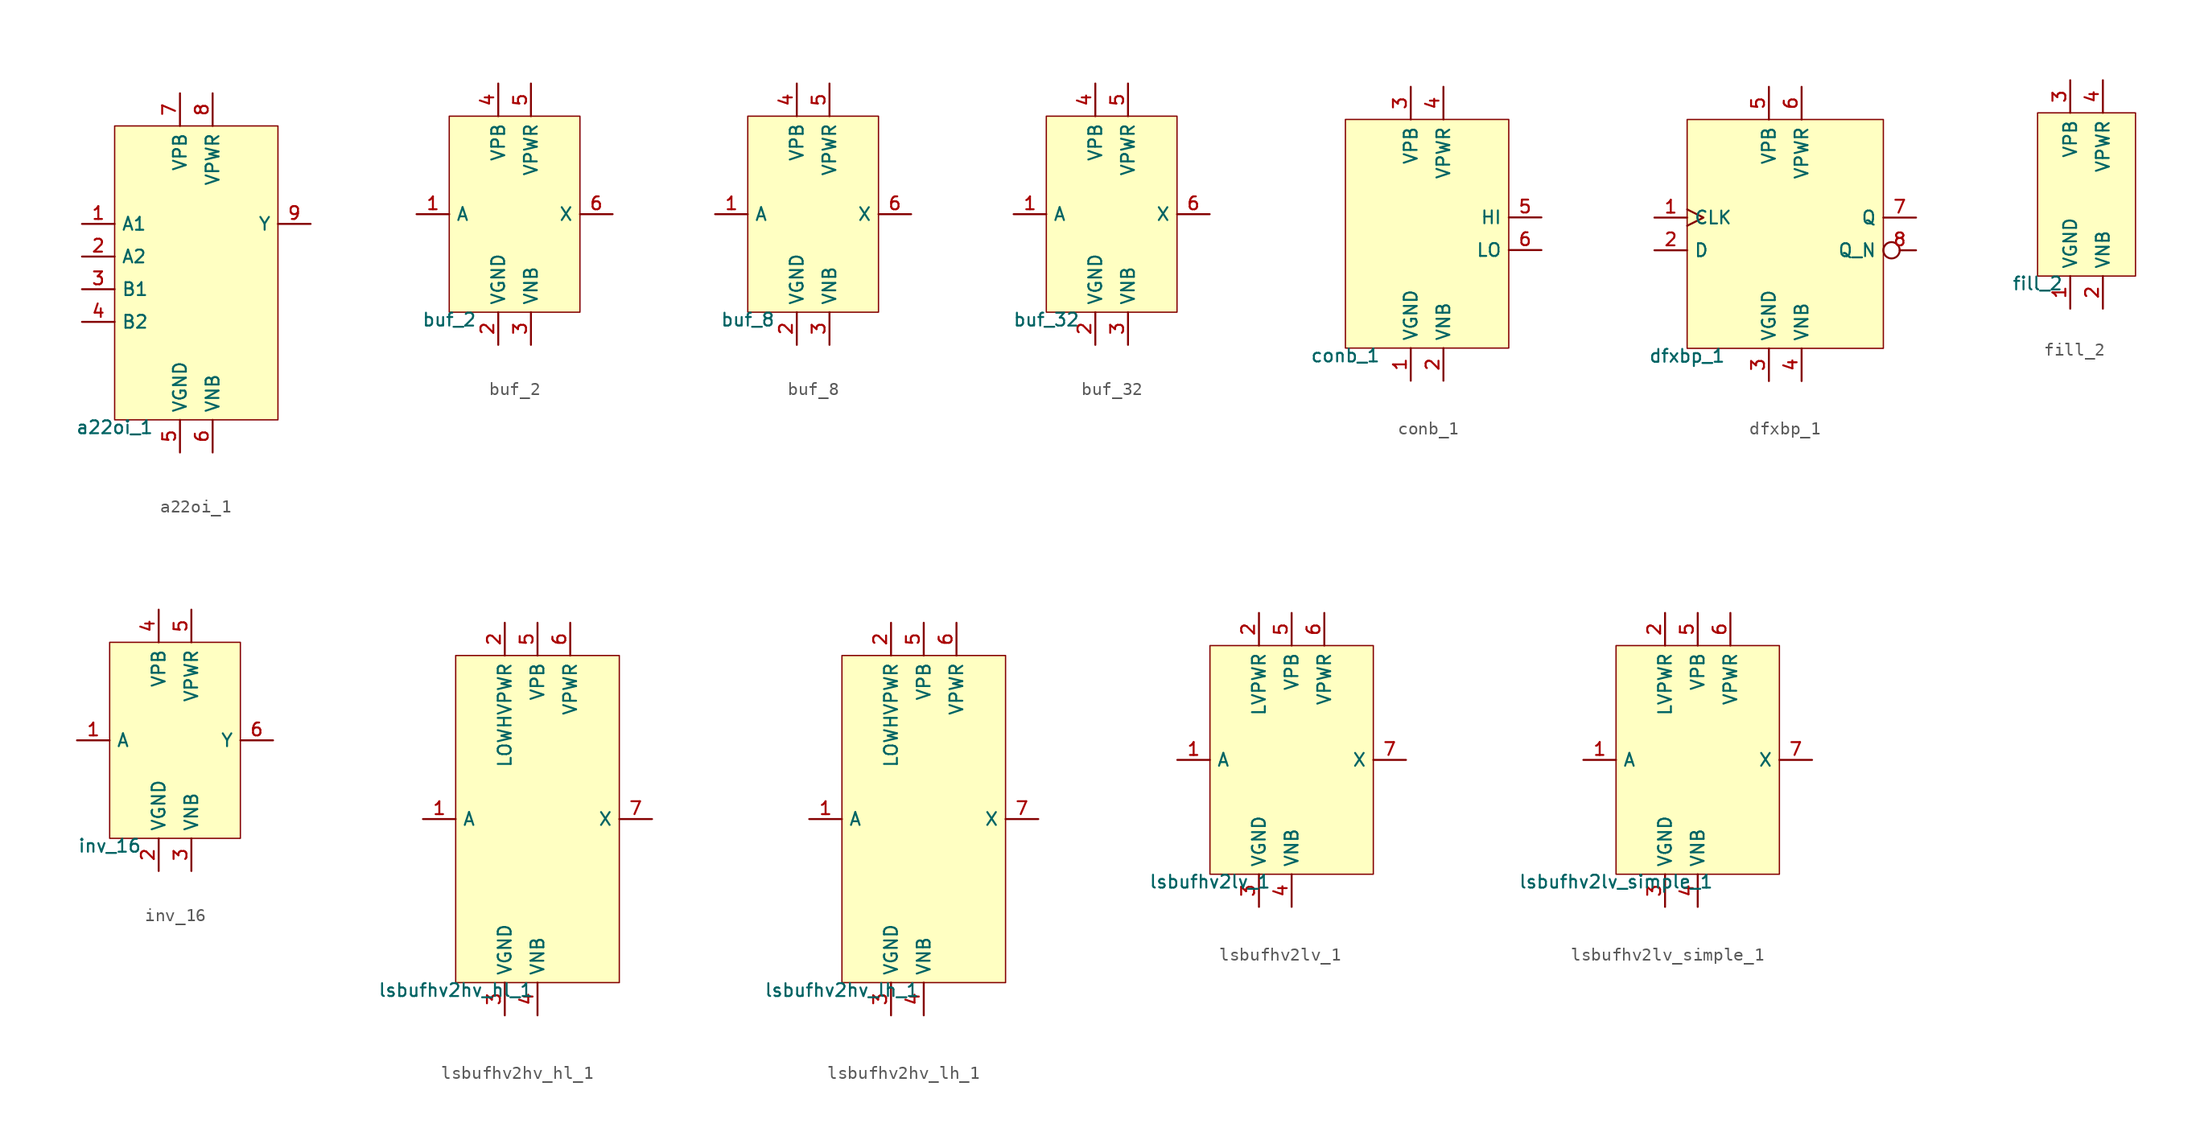
<source format=kicad_sym>
(kicad_symbol_lib
  (version 20211014)
  (generator pdk2kicad)
  (symbol "a22oi_1"
    (property "Reference" "X"
      (at 0 0 0)
      (effects (font (size 1 1)) hide))
    (property "Value" "a22oi_1"
      (at -6.35 -11.43 0)
      (effects (font (size 1 1)) (justify top)))
    (rectangle
      (start -6.35 -11.43)
      (end 6.35 11.43)
      (stroke (width 0.1) (type solid) (color 0 0 0 0))
      (fill (type background)))
    (pin input line
      (at -8.89 3.81 0)
      (length 2.54)
      (name "A1" (effects (font (size 1 1)) hide))
      (number "1" (effects (font (size 1 1)) hide)))
    (pin input line
      (at -8.89 1.27 0)
      (length 2.54)
      (name "A2" (effects (font (size 1 1)) hide))
      (number "2" (effects (font (size 1 1)) hide)))
    (pin input line
      (at -8.89 -1.27 0)
      (length 2.54)
      (name "B1" (effects (font (size 1 1)) hide))
      (number "3" (effects (font (size 1 1)) hide)))
    (pin input line
      (at -8.89 -3.81 0)
      (length 2.54)
      (name "B2" (effects (font (size 1 1)) hide))
      (number "4" (effects (font (size 1 1)) hide)))
    (pin power_in line
      (at -1.27 -13.97 90)
      (length 2.54)
      (name "VGND" (effects (font (size 1 1)) hide))
      (number "5" (effects (font (size 1 1)) hide)))
    (pin power_in line
      (at 1.27 -13.97 90)
      (length 2.54)
      (name "VNB" (effects (font (size 1 1)) hide))
      (number "6" (effects (font (size 1 1)) hide)))
    (pin power_in line
      (at -1.27 13.97 270)
      (length 2.54)
      (name "VPB" (effects (font (size 1 1)) hide))
      (number "7" (effects (font (size 1 1)) hide)))
    (pin power_in line
      (at 1.27 13.97 270)
      (length 2.54)
      (name "VPWR" (effects (font (size 1 1)) hide))
      (number "8" (effects (font (size 1 1)) hide)))
    (pin output line
      (at 8.89 3.81 180)
      (length 2.54)
      (name "Y" (effects (font (size 1 1)) hide))
      (number "9" (effects (font (size 1 1)) hide))))
  (symbol "buf_2"
    (property "Reference" "X"
      (at 0 0 0)
      (effects (font (size 1 1)) hide))
    (property "Value" "buf_2"
      (at -5.08 -7.62 0)
      (effects (font (size 1 1)) (justify top)))
    (rectangle
      (start -5.08 -7.62)
      (end 5.08 7.62)
      (stroke (width 0.1) (type solid) (color 0 0 0 0))
      (fill (type background)))
    (pin input line
      (at -7.62 0.0 0)
      (length 2.54)
      (name "A" (effects (font (size 1 1)) hide))
      (number "1" (effects (font (size 1 1)) hide)))
    (pin power_in line
      (at -1.27 -10.16 90)
      (length 2.54)
      (name "VGND" (effects (font (size 1 1)) hide))
      (number "2" (effects (font (size 1 1)) hide)))
    (pin power_in line
      (at 1.27 -10.16 90)
      (length 2.54)
      (name "VNB" (effects (font (size 1 1)) hide))
      (number "3" (effects (font (size 1 1)) hide)))
    (pin power_in line
      (at -1.27 10.16 270)
      (length 2.54)
      (name "VPB" (effects (font (size 1 1)) hide))
      (number "4" (effects (font (size 1 1)) hide)))
    (pin power_in line
      (at 1.27 10.16 270)
      (length 2.54)
      (name "VPWR" (effects (font (size 1 1)) hide))
      (number "5" (effects (font (size 1 1)) hide)))
    (pin output line
      (at 7.62 0.0 180)
      (length 2.54)
      (name "X" (effects (font (size 1 1)) hide))
      (number "6" (effects (font (size 1 1)) hide))))
  (symbol "buf_8"
    (property "Reference" "X"
      (at 0 0 0)
      (effects (font (size 1 1)) hide))
    (property "Value" "buf_8"
      (at -5.08 -7.62 0)
      (effects (font (size 1 1)) (justify top)))
    (rectangle
      (start -5.08 -7.62)
      (end 5.08 7.62)
      (stroke (width 0.1) (type solid) (color 0 0 0 0))
      (fill (type background)))
    (pin input line
      (at -7.62 0.0 0)
      (length 2.54)
      (name "A" (effects (font (size 1 1)) hide))
      (number "1" (effects (font (size 1 1)) hide)))
    (pin power_in line
      (at -1.27 -10.16 90)
      (length 2.54)
      (name "VGND" (effects (font (size 1 1)) hide))
      (number "2" (effects (font (size 1 1)) hide)))
    (pin power_in line
      (at 1.27 -10.16 90)
      (length 2.54)
      (name "VNB" (effects (font (size 1 1)) hide))
      (number "3" (effects (font (size 1 1)) hide)))
    (pin power_in line
      (at -1.27 10.16 270)
      (length 2.54)
      (name "VPB" (effects (font (size 1 1)) hide))
      (number "4" (effects (font (size 1 1)) hide)))
    (pin power_in line
      (at 1.27 10.16 270)
      (length 2.54)
      (name "VPWR" (effects (font (size 1 1)) hide))
      (number "5" (effects (font (size 1 1)) hide)))
    (pin output line
      (at 7.62 0.0 180)
      (length 2.54)
      (name "X" (effects (font (size 1 1)) hide))
      (number "6" (effects (font (size 1 1)) hide))))
  (symbol "buf_32"
    (property "Reference" "X"
      (at 0 0 0)
      (effects (font (size 1 1)) hide))
    (property "Value" "buf_32"
      (at -5.08 -7.62 0)
      (effects (font (size 1 1)) (justify top)))
    (rectangle
      (start -5.08 -7.62)
      (end 5.08 7.62)
      (stroke (width 0.1) (type solid) (color 0 0 0 0))
      (fill (type background)))
    (pin input line
      (at -7.62 0.0 0)
      (length 2.54)
      (name "A" (effects (font (size 1 1)) hide))
      (number "1" (effects (font (size 1 1)) hide)))
    (pin power_in line
      (at -1.27 -10.16 90)
      (length 2.54)
      (name "VGND" (effects (font (size 1 1)) hide))
      (number "2" (effects (font (size 1 1)) hide)))
    (pin power_in line
      (at 1.27 -10.16 90)
      (length 2.54)
      (name "VNB" (effects (font (size 1 1)) hide))
      (number "3" (effects (font (size 1 1)) hide)))
    (pin power_in line
      (at -1.27 10.16 270)
      (length 2.54)
      (name "VPB" (effects (font (size 1 1)) hide))
      (number "4" (effects (font (size 1 1)) hide)))
    (pin power_in line
      (at 1.27 10.16 270)
      (length 2.54)
      (name "VPWR" (effects (font (size 1 1)) hide))
      (number "5" (effects (font (size 1 1)) hide)))
    (pin output line
      (at 7.62 0.0 180)
      (length 2.54)
      (name "X" (effects (font (size 1 1)) hide))
      (number "6" (effects (font (size 1 1)) hide))))
  (symbol "conb_1"
    (property "Reference" "X"
      (at 0 0 0)
      (effects (font (size 1 1)) hide))
    (property "Value" "conb_1"
      (at -6.35 -8.89 0)
      (effects (font (size 1 1)) (justify top)))
    (rectangle
      (start -6.35 -8.89)
      (end 6.35 8.89)
      (stroke (width 0.1) (type solid) (color 0 0 0 0))
      (fill (type background)))
    (pin power_in line
      (at -1.27 -11.43 90)
      (length 2.54)
      (name "VGND" (effects (font (size 1 1)) hide))
      (number "1" (effects (font (size 1 1)) hide)))
    (pin power_in line
      (at 1.27 -11.43 90)
      (length 2.54)
      (name "VNB" (effects (font (size 1 1)) hide))
      (number "2" (effects (font (size 1 1)) hide)))
    (pin power_in line
      (at -1.27 11.43 270)
      (length 2.54)
      (name "VPB" (effects (font (size 1 1)) hide))
      (number "3" (effects (font (size 1 1)) hide)))
    (pin power_in line
      (at 1.27 11.43 270)
      (length 2.54)
      (name "VPWR" (effects (font (size 1 1)) hide))
      (number "4" (effects (font (size 1 1)) hide)))
    (pin output line
      (at 8.89 1.27 180)
      (length 2.54)
      (name "HI" (effects (font (size 1 1)) hide))
      (number "5" (effects (font (size 1 1)) hide)))
    (pin output line
      (at 8.89 -1.27 180)
      (length 2.54)
      (name "LO" (effects (font (size 1 1)) hide))
      (number "6" (effects (font (size 1 1)) hide))))
  (symbol "dfxbp_1"
    (property "Reference" "X"
      (at 0 0 0)
      (effects (font (size 1 1)) hide))
    (property "Value" "dfxbp_1"
      (at -7.62 -8.89 0)
      (effects (font (size 1 1)) (justify top)))
    (rectangle
      (start -7.62 -8.89)
      (end 7.62 8.89)
      (stroke (width 0.1) (type solid) (color 0 0 0 0))
      (fill (type background)))
    (pin input clock
      (at -10.16 1.27 0)
      (length 2.54)
      (name "CLK" (effects (font (size 1 1)) hide))
      (number "1" (effects (font (size 1 1)) hide)))
    (pin input line
      (at -10.16 -1.27 0)
      (length 2.54)
      (name "D" (effects (font (size 1 1)) hide))
      (number "2" (effects (font (size 1 1)) hide)))
    (pin power_in line
      (at -1.27 -11.43 90)
      (length 2.54)
      (name "VGND" (effects (font (size 1 1)) hide))
      (number "3" (effects (font (size 1 1)) hide)))
    (pin power_in line
      (at 1.27 -11.43 90)
      (length 2.54)
      (name "VNB" (effects (font (size 1 1)) hide))
      (number "4" (effects (font (size 1 1)) hide)))
    (pin power_in line
      (at -1.27 11.43 270)
      (length 2.54)
      (name "VPB" (effects (font (size 1 1)) hide))
      (number "5" (effects (font (size 1 1)) hide)))
    (pin power_in line
      (at 1.27 11.43 270)
      (length 2.54)
      (name "VPWR" (effects (font (size 1 1)) hide))
      (number "6" (effects (font (size 1 1)) hide)))
    (pin output line
      (at 10.16 1.27 180)
      (length 2.54)
      (name "Q" (effects (font (size 1 1)) hide))
      (number "7" (effects (font (size 1 1)) hide)))
    (pin output inverted
      (at 10.16 -1.27 180)
      (length 2.54)
      (name "Q_N" (effects (font (size 1 1)) hide))
      (number "8" (effects (font (size 1 1)) hide))))
  (symbol "fill_2"
    (property "Reference" "X"
      (at 0 0 0)
      (effects (font (size 1 1)) hide))
    (property "Value" "fill_2"
      (at -3.81 -6.35 0)
      (effects (font (size 1 1)) (justify top)))
    (rectangle
      (start -3.81 -6.35)
      (end 3.81 6.35)
      (stroke (width 0.1) (type solid) (color 0 0 0 0))
      (fill (type background)))
    (pin power_in line
      (at -1.27 -8.89 90)
      (length 2.54)
      (name "VGND" (effects (font (size 1 1)) hide))
      (number "1" (effects (font (size 1 1)) hide)))
    (pin power_in line
      (at 1.27 -8.89 90)
      (length 2.54)
      (name "VNB" (effects (font (size 1 1)) hide))
      (number "2" (effects (font (size 1 1)) hide)))
    (pin power_in line
      (at -1.27 8.89 270)
      (length 2.54)
      (name "VPB" (effects (font (size 1 1)) hide))
      (number "3" (effects (font (size 1 1)) hide)))
    (pin power_in line
      (at 1.27 8.89 270)
      (length 2.54)
      (name "VPWR" (effects (font (size 1 1)) hide))
      (number "4" (effects (font (size 1 1)) hide))))
  (symbol "inv_16"
    (property "Reference" "X"
      (at 0 0 0)
      (effects (font (size 1 1)) hide))
    (property "Value" "inv_16"
      (at -5.08 -7.62 0)
      (effects (font (size 1 1)) (justify top)))
    (rectangle
      (start -5.08 -7.62)
      (end 5.08 7.62)
      (stroke (width 0.1) (type solid) (color 0 0 0 0))
      (fill (type background)))
    (pin input line
      (at -7.62 0.0 0)
      (length 2.54)
      (name "A" (effects (font (size 1 1)) hide))
      (number "1" (effects (font (size 1 1)) hide)))
    (pin power_in line
      (at -1.27 -10.16 90)
      (length 2.54)
      (name "VGND" (effects (font (size 1 1)) hide))
      (number "2" (effects (font (size 1 1)) hide)))
    (pin power_in line
      (at 1.27 -10.16 90)
      (length 2.54)
      (name "VNB" (effects (font (size 1 1)) hide))
      (number "3" (effects (font (size 1 1)) hide)))
    (pin power_in line
      (at -1.27 10.16 270)
      (length 2.54)
      (name "VPB" (effects (font (size 1 1)) hide))
      (number "4" (effects (font (size 1 1)) hide)))
    (pin power_in line
      (at 1.27 10.16 270)
      (length 2.54)
      (name "VPWR" (effects (font (size 1 1)) hide))
      (number "5" (effects (font (size 1 1)) hide)))
    (pin output line
      (at 7.62 0.0 180)
      (length 2.54)
      (name "Y" (effects (font (size 1 1)) hide))
      (number "6" (effects (font (size 1 1)) hide))))
  (symbol "lsbufhv2hv_hl_1"
    (property "Reference" "X"
      (at 0 0 0)
      (effects (font (size 1 1)) hide))
    (property "Value" "lsbufhv2hv_hl_1"
      (at -6.35 -12.7 0)
      (effects (font (size 1 1)) (justify top)))
    (rectangle
      (start -6.35 -12.7)
      (end 6.35 12.7)
      (stroke (width 0.1) (type solid) (color 0 0 0 0))
      (fill (type background)))
    (pin input line
      (at -8.89 0.0 0)
      (length 2.54)
      (name "A" (effects (font (size 1 1)) hide))
      (number "1" (effects (font (size 1 1)) hide)))
    (pin power_in line
      (at -2.54 15.24 270)
      (length 2.54)
      (name "LOWHVPWR" (effects (font (size 1 1)) hide))
      (number "2" (effects (font (size 1 1)) hide)))
    (pin power_in line
      (at -2.54 -15.24 90)
      (length 2.54)
      (name "VGND" (effects (font (size 1 1)) hide))
      (number "3" (effects (font (size 1 1)) hide)))
    (pin power_in line
      (at 4.440892098500626e-16 -15.24 90)
      (length 2.54)
      (name "VNB" (effects (font (size 1 1)) hide))
      (number "4" (effects (font (size 1 1)) hide)))
    (pin power_in line
      (at 4.440892098500626e-16 15.24 270)
      (length 2.54)
      (name "VPB" (effects (font (size 1 1)) hide))
      (number "5" (effects (font (size 1 1)) hide)))
    (pin power_in line
      (at 2.54 15.24 270)
      (length 2.54)
      (name "VPWR" (effects (font (size 1 1)) hide))
      (number "6" (effects (font (size 1 1)) hide)))
    (pin output line
      (at 8.89 0.0 180)
      (length 2.54)
      (name "X" (effects (font (size 1 1)) hide))
      (number "7" (effects (font (size 1 1)) hide))))
  (symbol "lsbufhv2hv_lh_1"
    (property "Reference" "X"
      (at 0 0 0)
      (effects (font (size 1 1)) hide))
    (property "Value" "lsbufhv2hv_lh_1"
      (at -6.35 -12.7 0)
      (effects (font (size 1 1)) (justify top)))
    (rectangle
      (start -6.35 -12.7)
      (end 6.35 12.7)
      (stroke (width 0.1) (type solid) (color 0 0 0 0))
      (fill (type background)))
    (pin input line
      (at -8.89 0.0 0)
      (length 2.54)
      (name "A" (effects (font (size 1 1)) hide))
      (number "1" (effects (font (size 1 1)) hide)))
    (pin power_in line
      (at -2.54 15.24 270)
      (length 2.54)
      (name "LOWHVPWR" (effects (font (size 1 1)) hide))
      (number "2" (effects (font (size 1 1)) hide)))
    (pin power_in line
      (at -2.54 -15.24 90)
      (length 2.54)
      (name "VGND" (effects (font (size 1 1)) hide))
      (number "3" (effects (font (size 1 1)) hide)))
    (pin power_in line
      (at 4.440892098500626e-16 -15.24 90)
      (length 2.54)
      (name "VNB" (effects (font (size 1 1)) hide))
      (number "4" (effects (font (size 1 1)) hide)))
    (pin power_in line
      (at 4.440892098500626e-16 15.24 270)
      (length 2.54)
      (name "VPB" (effects (font (size 1 1)) hide))
      (number "5" (effects (font (size 1 1)) hide)))
    (pin power_in line
      (at 2.54 15.24 270)
      (length 2.54)
      (name "VPWR" (effects (font (size 1 1)) hide))
      (number "6" (effects (font (size 1 1)) hide)))
    (pin output line
      (at 8.89 0.0 180)
      (length 2.54)
      (name "X" (effects (font (size 1 1)) hide))
      (number "7" (effects (font (size 1 1)) hide))))
  (symbol "lsbufhv2lv_1"
    (property "Reference" "X"
      (at 0 0 0)
      (effects (font (size 1 1)) hide))
    (property "Value" "lsbufhv2lv_1"
      (at -6.35 -8.89 0)
      (effects (font (size 1 1)) (justify top)))
    (rectangle
      (start -6.35 -8.89)
      (end 6.35 8.89)
      (stroke (width 0.1) (type solid) (color 0 0 0 0))
      (fill (type background)))
    (pin input line
      (at -8.89 8.881784197001252e-16 0)
      (length 2.54)
      (name "A" (effects (font (size 1 1)) hide))
      (number "1" (effects (font (size 1 1)) hide)))
    (pin power_in line
      (at -2.54 11.43 270)
      (length 2.54)
      (name "LVPWR" (effects (font (size 1 1)) hide))
      (number "2" (effects (font (size 1 1)) hide)))
    (pin power_in line
      (at -2.54 -11.43 90)
      (length 2.54)
      (name "VGND" (effects (font (size 1 1)) hide))
      (number "3" (effects (font (size 1 1)) hide)))
    (pin power_in line
      (at 4.440892098500626e-16 -11.43 90)
      (length 2.54)
      (name "VNB" (effects (font (size 1 1)) hide))
      (number "4" (effects (font (size 1 1)) hide)))
    (pin power_in line
      (at 4.440892098500626e-16 11.43 270)
      (length 2.54)
      (name "VPB" (effects (font (size 1 1)) hide))
      (number "5" (effects (font (size 1 1)) hide)))
    (pin power_in line
      (at 2.54 11.43 270)
      (length 2.54)
      (name "VPWR" (effects (font (size 1 1)) hide))
      (number "6" (effects (font (size 1 1)) hide)))
    (pin output line
      (at 8.89 8.881784197001252e-16 180)
      (length 2.54)
      (name "X" (effects (font (size 1 1)) hide))
      (number "7" (effects (font (size 1 1)) hide))))
  (symbol "lsbufhv2lv_simple_1"
    (property "Reference" "X"
      (at 0 0 0)
      (effects (font (size 1 1)) hide))
    (property "Value" "lsbufhv2lv_simple_1"
      (at -6.35 -8.89 0)
      (effects (font (size 1 1)) (justify top)))
    (rectangle
      (start -6.35 -8.89)
      (end 6.35 8.89)
      (stroke (width 0.1) (type solid) (color 0 0 0 0))
      (fill (type background)))
    (pin input line
      (at -8.89 8.881784197001252e-16 0)
      (length 2.54)
      (name "A" (effects (font (size 1 1)) hide))
      (number "1" (effects (font (size 1 1)) hide)))
    (pin power_in line
      (at -2.54 11.43 270)
      (length 2.54)
      (name "LVPWR" (effects (font (size 1 1)) hide))
      (number "2" (effects (font (size 1 1)) hide)))
    (pin power_in line
      (at -2.54 -11.43 90)
      (length 2.54)
      (name "VGND" (effects (font (size 1 1)) hide))
      (number "3" (effects (font (size 1 1)) hide)))
    (pin power_in line
      (at 4.440892098500626e-16 -11.43 90)
      (length 2.54)
      (name "VNB" (effects (font (size 1 1)) hide))
      (number "4" (effects (font (size 1 1)) hide)))
    (pin power_in line
      (at 4.440892098500626e-16 11.43 270)
      (length 2.54)
      (name "VPB" (effects (font (size 1 1)) hide))
      (number "5" (effects (font (size 1 1)) hide)))
    (pin power_in line
      (at 2.54 11.43 270)
      (length 2.54)
      (name "VPWR" (effects (font (size 1 1)) hide))
      (number "6" (effects (font (size 1 1)) hide)))
    (pin output line
      (at 8.89 8.881784197001252e-16 180)
      (length 2.54)
      (name "X" (effects (font (size 1 1)) hide))
      (number "7" (effects (font (size 1 1)) hide)))))
</source>
